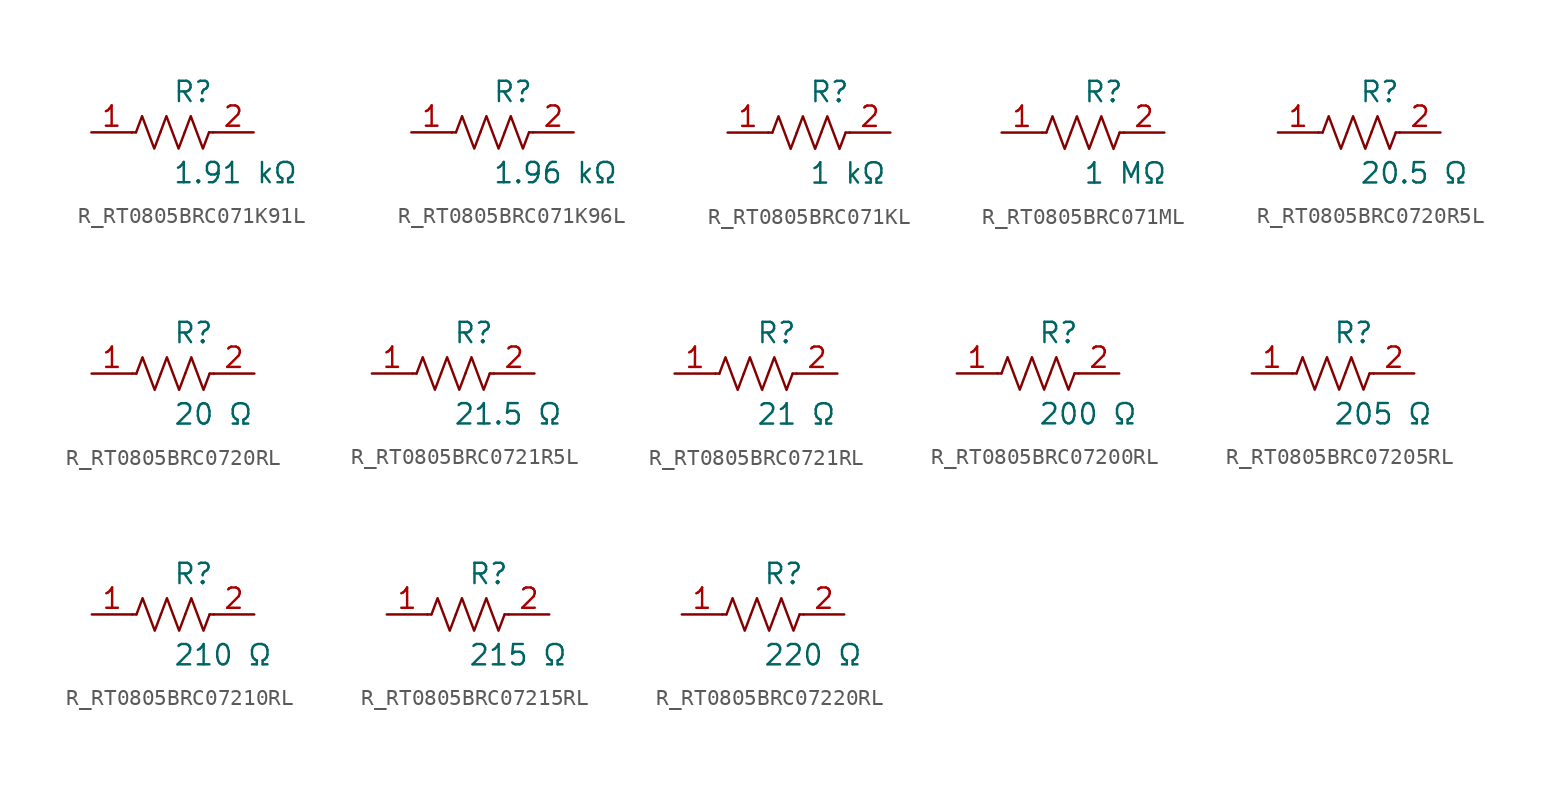
<source format=kicad_sym>
(kicad_symbol_lib
  (version 20231120)
  (generator kicad_symbol_editor)
  (generator_version 8.0)
  (symbol "R_RT0805BRC071K91L"
    (pin_names
      (offset 0.254))
    (property "Reference" "R"
      (at 0.0 2.54 0)
      (effects (font (size 1.27 1.27)) (justify left)))
    (property "Value" "1.91 kΩ"
      (at 0.0 -2.54 0)
      (effects (font (size 1.27 1.27)) (justify left)))
    (symbol "R_RT0805BRC071K91L_0_1"
      (polyline (pts (xy 2.286 0) (xy 2.54 0)) (stroke (width 0) (type default)) (fill (type none)))
      (polyline (pts (xy -2.286 0) (xy -2.54 0)) (stroke (width 0) (type default)) (fill (type none)))
      (polyline (pts (xy 0.762 0) (xy 1.143 1.016) (xy 1.524 0) (xy 1.905 -1.016) (xy 2.286 0)) (stroke (width 0) (type default)) (fill (type none)))
      (polyline (pts (xy -0.762 0) (xy -0.381 1.016) (xy 0 0) (xy 0.381 -1.016) (xy 0.762 0)) (stroke (width 0) (type default)) (fill (type none)))
      (polyline (pts (xy -2.286 0) (xy -1.905 1.016) (xy -1.524 0) (xy -1.143 -1.016) (xy -0.762 0)) (stroke (width 0) (type default)) (fill (type none))))
    (pin unspecified line
      (at -5.08 0 0)
      (length 2.54)
      (name "" (effects (font (size 1.27 1.27))))
      (number "1" (effects (font (size 1.27 1.27)))))
    (pin unspecified line
      (at 5.08 0 180)
      (length 2.54)
      (name "" (effects (font (size 1.27 1.27))))
      (number "2" (effects (font (size 1.27 1.27))))))
  (symbol "R_RT0805BRC071K96L"
    (pin_names
      (offset 0.254))
    (property "Reference" "R"
      (at 0.0 2.54 0)
      (effects (font (size 1.27 1.27)) (justify left)))
    (property "Value" "1.96 kΩ"
      (at 0.0 -2.54 0)
      (effects (font (size 1.27 1.27)) (justify left)))
    (symbol "R_RT0805BRC071K96L_0_1"
      (polyline (pts (xy 2.286 0) (xy 2.54 0)) (stroke (width 0) (type default)) (fill (type none)))
      (polyline (pts (xy -2.286 0) (xy -2.54 0)) (stroke (width 0) (type default)) (fill (type none)))
      (polyline (pts (xy 0.762 0) (xy 1.143 1.016) (xy 1.524 0) (xy 1.905 -1.016) (xy 2.286 0)) (stroke (width 0) (type default)) (fill (type none)))
      (polyline (pts (xy -0.762 0) (xy -0.381 1.016) (xy 0 0) (xy 0.381 -1.016) (xy 0.762 0)) (stroke (width 0) (type default)) (fill (type none)))
      (polyline (pts (xy -2.286 0) (xy -1.905 1.016) (xy -1.524 0) (xy -1.143 -1.016) (xy -0.762 0)) (stroke (width 0) (type default)) (fill (type none))))
    (pin unspecified line
      (at -5.08 0 0)
      (length 2.54)
      (name "" (effects (font (size 1.27 1.27))))
      (number "1" (effects (font (size 1.27 1.27)))))
    (pin unspecified line
      (at 5.08 0 180)
      (length 2.54)
      (name "" (effects (font (size 1.27 1.27))))
      (number "2" (effects (font (size 1.27 1.27))))))
  (symbol "R_RT0805BRC071KL"
    (pin_names
      (offset 0.254))
    (property "Reference" "R"
      (at 0.0 2.54 0)
      (effects (font (size 1.27 1.27)) (justify left)))
    (property "Value" "1 kΩ"
      (at 0.0 -2.54 0)
      (effects (font (size 1.27 1.27)) (justify left)))
    (symbol "R_RT0805BRC071KL_0_1"
      (polyline (pts (xy 2.286 0) (xy 2.54 0)) (stroke (width 0) (type default)) (fill (type none)))
      (polyline (pts (xy -2.286 0) (xy -2.54 0)) (stroke (width 0) (type default)) (fill (type none)))
      (polyline (pts (xy 0.762 0) (xy 1.143 1.016) (xy 1.524 0) (xy 1.905 -1.016) (xy 2.286 0)) (stroke (width 0) (type default)) (fill (type none)))
      (polyline (pts (xy -0.762 0) (xy -0.381 1.016) (xy 0 0) (xy 0.381 -1.016) (xy 0.762 0)) (stroke (width 0) (type default)) (fill (type none)))
      (polyline (pts (xy -2.286 0) (xy -1.905 1.016) (xy -1.524 0) (xy -1.143 -1.016) (xy -0.762 0)) (stroke (width 0) (type default)) (fill (type none))))
    (pin unspecified line
      (at -5.08 0 0)
      (length 2.54)
      (name "" (effects (font (size 1.27 1.27))))
      (number "1" (effects (font (size 1.27 1.27)))))
    (pin unspecified line
      (at 5.08 0 180)
      (length 2.54)
      (name "" (effects (font (size 1.27 1.27))))
      (number "2" (effects (font (size 1.27 1.27))))))
  (symbol "R_RT0805BRC071ML"
    (pin_names
      (offset 0.254))
    (property "Reference" "R"
      (at 0.0 2.54 0)
      (effects (font (size 1.27 1.27)) (justify left)))
    (property "Value" "1 MΩ"
      (at 0.0 -2.54 0)
      (effects (font (size 1.27 1.27)) (justify left)))
    (symbol "R_RT0805BRC071ML_0_1"
      (polyline (pts (xy 2.286 0) (xy 2.54 0)) (stroke (width 0) (type default)) (fill (type none)))
      (polyline (pts (xy -2.286 0) (xy -2.54 0)) (stroke (width 0) (type default)) (fill (type none)))
      (polyline (pts (xy 0.762 0) (xy 1.143 1.016) (xy 1.524 0) (xy 1.905 -1.016) (xy 2.286 0)) (stroke (width 0) (type default)) (fill (type none)))
      (polyline (pts (xy -0.762 0) (xy -0.381 1.016) (xy 0 0) (xy 0.381 -1.016) (xy 0.762 0)) (stroke (width 0) (type default)) (fill (type none)))
      (polyline (pts (xy -2.286 0) (xy -1.905 1.016) (xy -1.524 0) (xy -1.143 -1.016) (xy -0.762 0)) (stroke (width 0) (type default)) (fill (type none))))
    (pin unspecified line
      (at -5.08 0 0)
      (length 2.54)
      (name "" (effects (font (size 1.27 1.27))))
      (number "1" (effects (font (size 1.27 1.27)))))
    (pin unspecified line
      (at 5.08 0 180)
      (length 2.54)
      (name "" (effects (font (size 1.27 1.27))))
      (number "2" (effects (font (size 1.27 1.27))))))
  (symbol "R_RT0805BRC0720R5L"
    (pin_names
      (offset 0.254))
    (property "Reference" "R"
      (at 0.0 2.54 0)
      (effects (font (size 1.27 1.27)) (justify left)))
    (property "Value" "20.5 Ω"
      (at 0.0 -2.54 0)
      (effects (font (size 1.27 1.27)) (justify left)))
    (symbol "R_RT0805BRC0720R5L_0_1"
      (polyline (pts (xy 2.286 0) (xy 2.54 0)) (stroke (width 0) (type default)) (fill (type none)))
      (polyline (pts (xy -2.286 0) (xy -2.54 0)) (stroke (width 0) (type default)) (fill (type none)))
      (polyline (pts (xy 0.762 0) (xy 1.143 1.016) (xy 1.524 0) (xy 1.905 -1.016) (xy 2.286 0)) (stroke (width 0) (type default)) (fill (type none)))
      (polyline (pts (xy -0.762 0) (xy -0.381 1.016) (xy 0 0) (xy 0.381 -1.016) (xy 0.762 0)) (stroke (width 0) (type default)) (fill (type none)))
      (polyline (pts (xy -2.286 0) (xy -1.905 1.016) (xy -1.524 0) (xy -1.143 -1.016) (xy -0.762 0)) (stroke (width 0) (type default)) (fill (type none))))
    (pin unspecified line
      (at -5.08 0 0)
      (length 2.54)
      (name "" (effects (font (size 1.27 1.27))))
      (number "1" (effects (font (size 1.27 1.27)))))
    (pin unspecified line
      (at 5.08 0 180)
      (length 2.54)
      (name "" (effects (font (size 1.27 1.27))))
      (number "2" (effects (font (size 1.27 1.27))))))
  (symbol "R_RT0805BRC0720RL"
    (pin_names
      (offset 0.254))
    (property "Reference" "R"
      (at 0.0 2.54 0)
      (effects (font (size 1.27 1.27)) (justify left)))
    (property "Value" "20 Ω"
      (at 0.0 -2.54 0)
      (effects (font (size 1.27 1.27)) (justify left)))
    (symbol "R_RT0805BRC0720RL_0_1"
      (polyline (pts (xy 2.286 0) (xy 2.54 0)) (stroke (width 0) (type default)) (fill (type none)))
      (polyline (pts (xy -2.286 0) (xy -2.54 0)) (stroke (width 0) (type default)) (fill (type none)))
      (polyline (pts (xy 0.762 0) (xy 1.143 1.016) (xy 1.524 0) (xy 1.905 -1.016) (xy 2.286 0)) (stroke (width 0) (type default)) (fill (type none)))
      (polyline (pts (xy -0.762 0) (xy -0.381 1.016) (xy 0 0) (xy 0.381 -1.016) (xy 0.762 0)) (stroke (width 0) (type default)) (fill (type none)))
      (polyline (pts (xy -2.286 0) (xy -1.905 1.016) (xy -1.524 0) (xy -1.143 -1.016) (xy -0.762 0)) (stroke (width 0) (type default)) (fill (type none))))
    (pin unspecified line
      (at -5.08 0 0)
      (length 2.54)
      (name "" (effects (font (size 1.27 1.27))))
      (number "1" (effects (font (size 1.27 1.27)))))
    (pin unspecified line
      (at 5.08 0 180)
      (length 2.54)
      (name "" (effects (font (size 1.27 1.27))))
      (number "2" (effects (font (size 1.27 1.27))))))
  (symbol "R_RT0805BRC0721R5L"
    (pin_names
      (offset 0.254))
    (property "Reference" "R"
      (at 0.0 2.54 0)
      (effects (font (size 1.27 1.27)) (justify left)))
    (property "Value" "21.5 Ω"
      (at 0.0 -2.54 0)
      (effects (font (size 1.27 1.27)) (justify left)))
    (symbol "R_RT0805BRC0721R5L_0_1"
      (polyline (pts (xy 2.286 0) (xy 2.54 0)) (stroke (width 0) (type default)) (fill (type none)))
      (polyline (pts (xy -2.286 0) (xy -2.54 0)) (stroke (width 0) (type default)) (fill (type none)))
      (polyline (pts (xy 0.762 0) (xy 1.143 1.016) (xy 1.524 0) (xy 1.905 -1.016) (xy 2.286 0)) (stroke (width 0) (type default)) (fill (type none)))
      (polyline (pts (xy -0.762 0) (xy -0.381 1.016) (xy 0 0) (xy 0.381 -1.016) (xy 0.762 0)) (stroke (width 0) (type default)) (fill (type none)))
      (polyline (pts (xy -2.286 0) (xy -1.905 1.016) (xy -1.524 0) (xy -1.143 -1.016) (xy -0.762 0)) (stroke (width 0) (type default)) (fill (type none))))
    (pin unspecified line
      (at -5.08 0 0)
      (length 2.54)
      (name "" (effects (font (size 1.27 1.27))))
      (number "1" (effects (font (size 1.27 1.27)))))
    (pin unspecified line
      (at 5.08 0 180)
      (length 2.54)
      (name "" (effects (font (size 1.27 1.27))))
      (number "2" (effects (font (size 1.27 1.27))))))
  (symbol "R_RT0805BRC0721RL"
    (pin_names
      (offset 0.254))
    (property "Reference" "R"
      (at 0.0 2.54 0)
      (effects (font (size 1.27 1.27)) (justify left)))
    (property "Value" "21 Ω"
      (at 0.0 -2.54 0)
      (effects (font (size 1.27 1.27)) (justify left)))
    (symbol "R_RT0805BRC0721RL_0_1"
      (polyline (pts (xy 2.286 0) (xy 2.54 0)) (stroke (width 0) (type default)) (fill (type none)))
      (polyline (pts (xy -2.286 0) (xy -2.54 0)) (stroke (width 0) (type default)) (fill (type none)))
      (polyline (pts (xy 0.762 0) (xy 1.143 1.016) (xy 1.524 0) (xy 1.905 -1.016) (xy 2.286 0)) (stroke (width 0) (type default)) (fill (type none)))
      (polyline (pts (xy -0.762 0) (xy -0.381 1.016) (xy 0 0) (xy 0.381 -1.016) (xy 0.762 0)) (stroke (width 0) (type default)) (fill (type none)))
      (polyline (pts (xy -2.286 0) (xy -1.905 1.016) (xy -1.524 0) (xy -1.143 -1.016) (xy -0.762 0)) (stroke (width 0) (type default)) (fill (type none))))
    (pin unspecified line
      (at -5.08 0 0)
      (length 2.54)
      (name "" (effects (font (size 1.27 1.27))))
      (number "1" (effects (font (size 1.27 1.27)))))
    (pin unspecified line
      (at 5.08 0 180)
      (length 2.54)
      (name "" (effects (font (size 1.27 1.27))))
      (number "2" (effects (font (size 1.27 1.27))))))
  (symbol "R_RT0805BRC07200RL"
    (pin_names
      (offset 0.254))
    (property "Reference" "R"
      (at 0.0 2.54 0)
      (effects (font (size 1.27 1.27)) (justify left)))
    (property "Value" "200 Ω"
      (at 0.0 -2.54 0)
      (effects (font (size 1.27 1.27)) (justify left)))
    (symbol "R_RT0805BRC07200RL_0_1"
      (polyline (pts (xy 2.286 0) (xy 2.54 0)) (stroke (width 0) (type default)) (fill (type none)))
      (polyline (pts (xy -2.286 0) (xy -2.54 0)) (stroke (width 0) (type default)) (fill (type none)))
      (polyline (pts (xy 0.762 0) (xy 1.143 1.016) (xy 1.524 0) (xy 1.905 -1.016) (xy 2.286 0)) (stroke (width 0) (type default)) (fill (type none)))
      (polyline (pts (xy -0.762 0) (xy -0.381 1.016) (xy 0 0) (xy 0.381 -1.016) (xy 0.762 0)) (stroke (width 0) (type default)) (fill (type none)))
      (polyline (pts (xy -2.286 0) (xy -1.905 1.016) (xy -1.524 0) (xy -1.143 -1.016) (xy -0.762 0)) (stroke (width 0) (type default)) (fill (type none))))
    (pin unspecified line
      (at -5.08 0 0)
      (length 2.54)
      (name "" (effects (font (size 1.27 1.27))))
      (number "1" (effects (font (size 1.27 1.27)))))
    (pin unspecified line
      (at 5.08 0 180)
      (length 2.54)
      (name "" (effects (font (size 1.27 1.27))))
      (number "2" (effects (font (size 1.27 1.27))))))
  (symbol "R_RT0805BRC07205RL"
    (pin_names
      (offset 0.254))
    (property "Reference" "R"
      (at 0.0 2.54 0)
      (effects (font (size 1.27 1.27)) (justify left)))
    (property "Value" "205 Ω"
      (at 0.0 -2.54 0)
      (effects (font (size 1.27 1.27)) (justify left)))
    (symbol "R_RT0805BRC07205RL_0_1"
      (polyline (pts (xy 2.286 0) (xy 2.54 0)) (stroke (width 0) (type default)) (fill (type none)))
      (polyline (pts (xy -2.286 0) (xy -2.54 0)) (stroke (width 0) (type default)) (fill (type none)))
      (polyline (pts (xy 0.762 0) (xy 1.143 1.016) (xy 1.524 0) (xy 1.905 -1.016) (xy 2.286 0)) (stroke (width 0) (type default)) (fill (type none)))
      (polyline (pts (xy -0.762 0) (xy -0.381 1.016) (xy 0 0) (xy 0.381 -1.016) (xy 0.762 0)) (stroke (width 0) (type default)) (fill (type none)))
      (polyline (pts (xy -2.286 0) (xy -1.905 1.016) (xy -1.524 0) (xy -1.143 -1.016) (xy -0.762 0)) (stroke (width 0) (type default)) (fill (type none))))
    (pin unspecified line
      (at -5.08 0 0)
      (length 2.54)
      (name "" (effects (font (size 1.27 1.27))))
      (number "1" (effects (font (size 1.27 1.27)))))
    (pin unspecified line
      (at 5.08 0 180)
      (length 2.54)
      (name "" (effects (font (size 1.27 1.27))))
      (number "2" (effects (font (size 1.27 1.27))))))
  (symbol "R_RT0805BRC07210RL"
    (pin_names
      (offset 0.254))
    (property "Reference" "R"
      (at 0.0 2.54 0)
      (effects (font (size 1.27 1.27)) (justify left)))
    (property "Value" "210 Ω"
      (at 0.0 -2.54 0)
      (effects (font (size 1.27 1.27)) (justify left)))
    (symbol "R_RT0805BRC07210RL_0_1"
      (polyline (pts (xy 2.286 0) (xy 2.54 0)) (stroke (width 0) (type default)) (fill (type none)))
      (polyline (pts (xy -2.286 0) (xy -2.54 0)) (stroke (width 0) (type default)) (fill (type none)))
      (polyline (pts (xy 0.762 0) (xy 1.143 1.016) (xy 1.524 0) (xy 1.905 -1.016) (xy 2.286 0)) (stroke (width 0) (type default)) (fill (type none)))
      (polyline (pts (xy -0.762 0) (xy -0.381 1.016) (xy 0 0) (xy 0.381 -1.016) (xy 0.762 0)) (stroke (width 0) (type default)) (fill (type none)))
      (polyline (pts (xy -2.286 0) (xy -1.905 1.016) (xy -1.524 0) (xy -1.143 -1.016) (xy -0.762 0)) (stroke (width 0) (type default)) (fill (type none))))
    (pin unspecified line
      (at -5.08 0 0)
      (length 2.54)
      (name "" (effects (font (size 1.27 1.27))))
      (number "1" (effects (font (size 1.27 1.27)))))
    (pin unspecified line
      (at 5.08 0 180)
      (length 2.54)
      (name "" (effects (font (size 1.27 1.27))))
      (number "2" (effects (font (size 1.27 1.27))))))
  (symbol "R_RT0805BRC07215RL"
    (pin_names
      (offset 0.254))
    (property "Reference" "R"
      (at 0.0 2.54 0)
      (effects (font (size 1.27 1.27)) (justify left)))
    (property "Value" "215 Ω"
      (at 0.0 -2.54 0)
      (effects (font (size 1.27 1.27)) (justify left)))
    (symbol "R_RT0805BRC07215RL_0_1"
      (polyline (pts (xy 2.286 0) (xy 2.54 0)) (stroke (width 0) (type default)) (fill (type none)))
      (polyline (pts (xy -2.286 0) (xy -2.54 0)) (stroke (width 0) (type default)) (fill (type none)))
      (polyline (pts (xy 0.762 0) (xy 1.143 1.016) (xy 1.524 0) (xy 1.905 -1.016) (xy 2.286 0)) (stroke (width 0) (type default)) (fill (type none)))
      (polyline (pts (xy -0.762 0) (xy -0.381 1.016) (xy 0 0) (xy 0.381 -1.016) (xy 0.762 0)) (stroke (width 0) (type default)) (fill (type none)))
      (polyline (pts (xy -2.286 0) (xy -1.905 1.016) (xy -1.524 0) (xy -1.143 -1.016) (xy -0.762 0)) (stroke (width 0) (type default)) (fill (type none))))
    (pin unspecified line
      (at -5.08 0 0)
      (length 2.54)
      (name "" (effects (font (size 1.27 1.27))))
      (number "1" (effects (font (size 1.27 1.27)))))
    (pin unspecified line
      (at 5.08 0 180)
      (length 2.54)
      (name "" (effects (font (size 1.27 1.27))))
      (number "2" (effects (font (size 1.27 1.27))))))
  (symbol "R_RT0805BRC07220RL"
    (pin_names
      (offset 0.254))
    (property "Reference" "R"
      (at 0.0 2.54 0)
      (effects (font (size 1.27 1.27)) (justify left)))
    (property "Value" "220 Ω"
      (at 0.0 -2.54 0)
      (effects (font (size 1.27 1.27)) (justify left)))
    (symbol "R_RT0805BRC07220RL_0_1"
      (polyline (pts (xy 2.286 0) (xy 2.54 0)) (stroke (width 0) (type default)) (fill (type none)))
      (polyline (pts (xy -2.286 0) (xy -2.54 0)) (stroke (width 0) (type default)) (fill (type none)))
      (polyline (pts (xy 0.762 0) (xy 1.143 1.016) (xy 1.524 0) (xy 1.905 -1.016) (xy 2.286 0)) (stroke (width 0) (type default)) (fill (type none)))
      (polyline (pts (xy -0.762 0) (xy -0.381 1.016) (xy 0 0) (xy 0.381 -1.016) (xy 0.762 0)) (stroke (width 0) (type default)) (fill (type none)))
      (polyline (pts (xy -2.286 0) (xy -1.905 1.016) (xy -1.524 0) (xy -1.143 -1.016) (xy -0.762 0)) (stroke (width 0) (type default)) (fill (type none))))
    (pin unspecified line
      (at -5.08 0 0)
      (length 2.54)
      (name "" (effects (font (size 1.27 1.27))))
      (number "1" (effects (font (size 1.27 1.27)))))
    (pin unspecified line
      (at 5.08 0 180)
      (length 2.54)
      (name "" (effects (font (size 1.27 1.27))))
      (number "2" (effects (font (size 1.27 1.27)))))))
</source>
